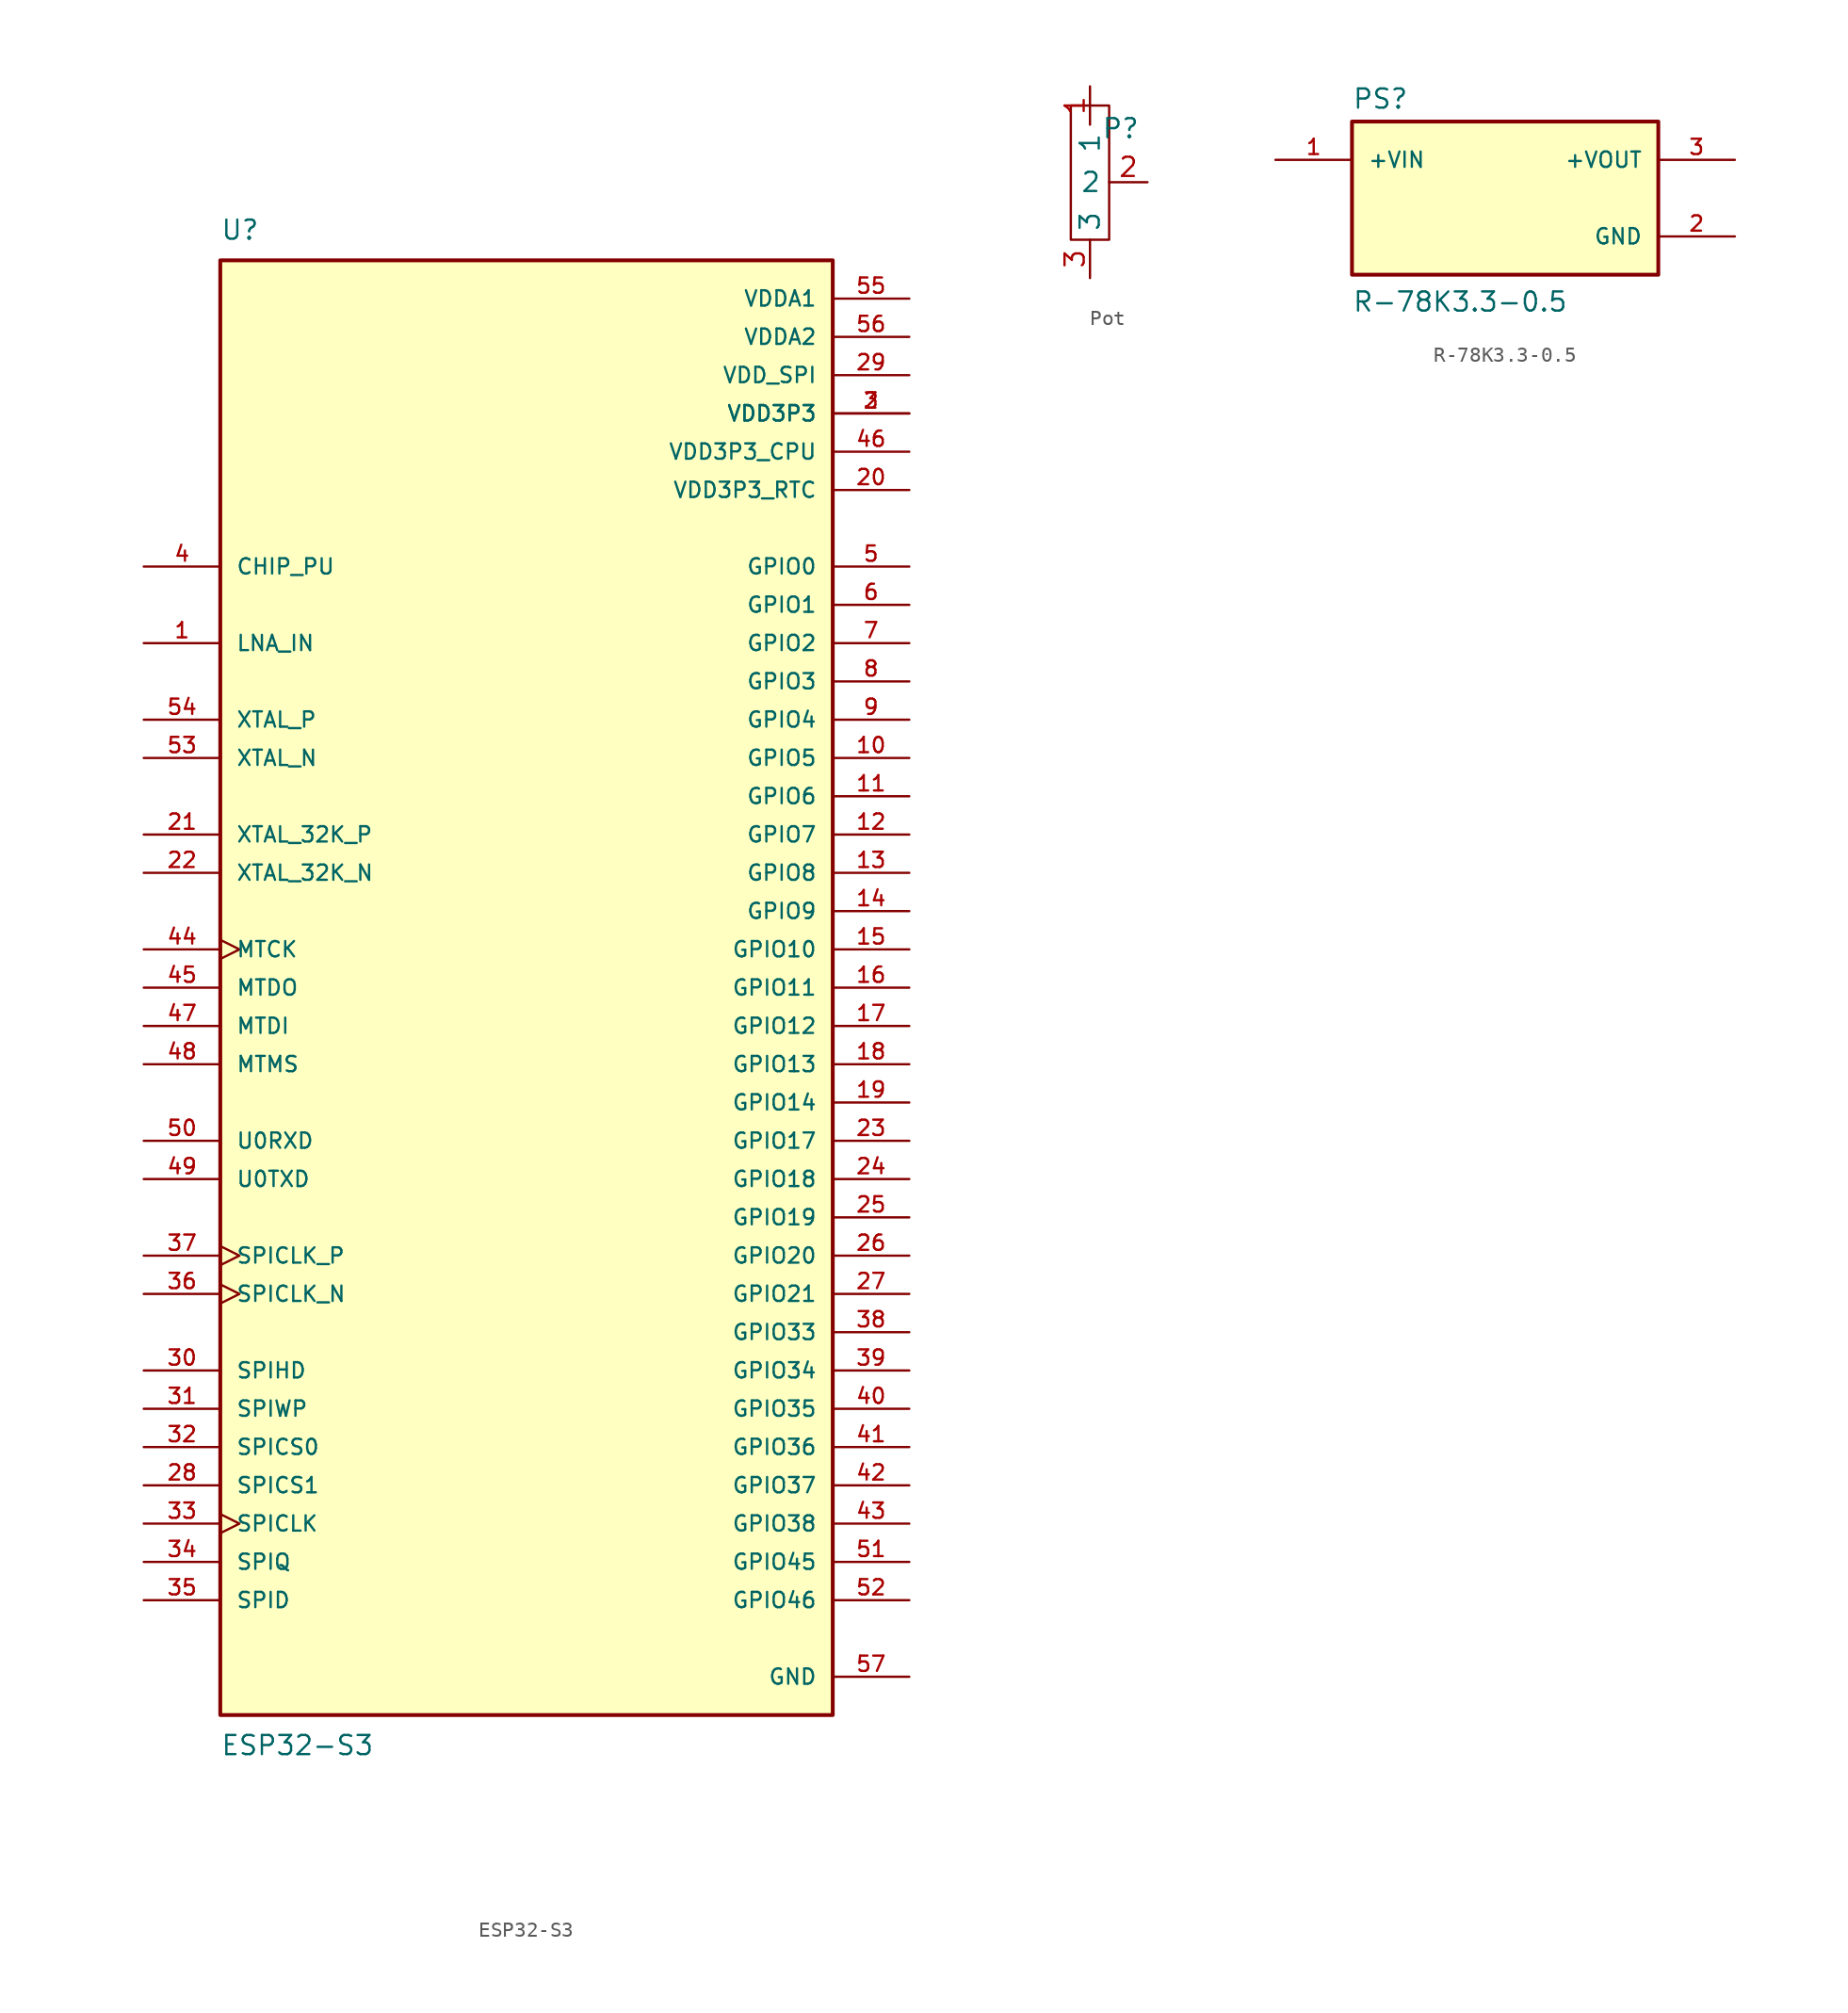
<source format=kicad_sym>
(kicad_symbol_lib
  (version 20231120)
  (generator "kicad_symbol_editor")
  (generator_version "8.0")
  (symbol "ESP32-S3"
    (pin_names
      (offset 1.016))
    (property "Reference" "U"
      (at -20.32 49.53 0)
      (effects (font (size 1.27 1.27)) (justify left bottom)))
    (property "Value" "ESP32-S3"
      (at -20.32 -49.53 0)
      (effects (font (size 1.27 1.27)) (justify left top)))
    (symbol "ESP32-S3_0_0"
      (rectangle (start -20.32 -48.26) (end 20.32 48.26) (stroke (width 0.254) (type default)) (fill (type background)))
      (pin bidirectional line (at -25.4 22.86 0) (length 5.08) (name "LNA_IN" (effects (font (size 1.016 1.016)))) (number "1" (effects (font (size 1.016 1.016)))))
      (pin bidirectional line (at 25.4 15.24 180) (length 5.08) (name "GPIO5" (effects (font (size 1.016 1.016)))) (number "10" (effects (font (size 1.016 1.016)))))
      (pin bidirectional line (at 25.4 12.7 180) (length 5.08) (name "GPIO6" (effects (font (size 1.016 1.016)))) (number "11" (effects (font (size 1.016 1.016)))))
      (pin bidirectional line (at 25.4 10.16 180) (length 5.08) (name "GPIO7" (effects (font (size 1.016 1.016)))) (number "12" (effects (font (size 1.016 1.016)))))
      (pin bidirectional line (at 25.4 7.62 180) (length 5.08) (name "GPIO8" (effects (font (size 1.016 1.016)))) (number "13" (effects (font (size 1.016 1.016)))))
      (pin bidirectional line (at 25.4 5.08 180) (length 5.08) (name "GPIO9" (effects (font (size 1.016 1.016)))) (number "14" (effects (font (size 1.016 1.016)))))
      (pin bidirectional line (at 25.4 2.54 180) (length 5.08) (name "GPIO10" (effects (font (size 1.016 1.016)))) (number "15" (effects (font (size 1.016 1.016)))))
      (pin bidirectional line (at 25.4 0 180) (length 5.08) (name "GPIO11" (effects (font (size 1.016 1.016)))) (number "16" (effects (font (size 1.016 1.016)))))
      (pin bidirectional line (at 25.4 -2.54 180) (length 5.08) (name "GPIO12" (effects (font (size 1.016 1.016)))) (number "17" (effects (font (size 1.016 1.016)))))
      (pin bidirectional line (at 25.4 -5.08 180) (length 5.08) (name "GPIO13" (effects (font (size 1.016 1.016)))) (number "18" (effects (font (size 1.016 1.016)))))
      (pin bidirectional line (at 25.4 -7.62 180) (length 5.08) (name "GPIO14" (effects (font (size 1.016 1.016)))) (number "19" (effects (font (size 1.016 1.016)))))
      (pin power_in line (at 25.4 38.1 180) (length 5.08) (name "VDD3P3" (effects (font (size 1.016 1.016)))) (number "2" (effects (font (size 1.016 1.016)))))
      (pin power_in line (at 25.4 33.02 180) (length 5.08) (name "VDD3P3_RTC" (effects (font (size 1.016 1.016)))) (number "20" (effects (font (size 1.016 1.016)))))
      (pin bidirectional line (at -25.4 10.16 0) (length 5.08) (name "XTAL_32K_P" (effects (font (size 1.016 1.016)))) (number "21" (effects (font (size 1.016 1.016)))))
      (pin bidirectional line (at -25.4 7.62 0) (length 5.08) (name "XTAL_32K_N" (effects (font (size 1.016 1.016)))) (number "22" (effects (font (size 1.016 1.016)))))
      (pin bidirectional line (at 25.4 -10.16 180) (length 5.08) (name "GPIO17" (effects (font (size 1.016 1.016)))) (number "23" (effects (font (size 1.016 1.016)))))
      (pin bidirectional line (at 25.4 -12.7 180) (length 5.08) (name "GPIO18" (effects (font (size 1.016 1.016)))) (number "24" (effects (font (size 1.016 1.016)))))
      (pin bidirectional line (at 25.4 -15.24 180) (length 5.08) (name "GPIO19" (effects (font (size 1.016 1.016)))) (number "25" (effects (font (size 1.016 1.016)))))
      (pin bidirectional line (at 25.4 -17.78 180) (length 5.08) (name "GPIO20" (effects (font (size 1.016 1.016)))) (number "26" (effects (font (size 1.016 1.016)))))
      (pin bidirectional line (at 25.4 -20.32 180) (length 5.08) (name "GPIO21" (effects (font (size 1.016 1.016)))) (number "27" (effects (font (size 1.016 1.016)))))
      (pin bidirectional line (at -25.4 -33.02 0) (length 5.08) (name "SPICS1" (effects (font (size 1.016 1.016)))) (number "28" (effects (font (size 1.016 1.016)))))
      (pin power_in line (at 25.4 40.64 180) (length 5.08) (name "VDD_SPI" (effects (font (size 1.016 1.016)))) (number "29" (effects (font (size 1.016 1.016)))))
      (pin power_in line (at 25.4 38.1 180) (length 5.08) (name "VDD3P3" (effects (font (size 1.016 1.016)))) (number "3" (effects (font (size 1.016 1.016)))))
      (pin bidirectional line (at -25.4 -25.4 0) (length 5.08) (name "SPIHD" (effects (font (size 1.016 1.016)))) (number "30" (effects (font (size 1.016 1.016)))))
      (pin bidirectional line (at -25.4 -27.94 0) (length 5.08) (name "SPIWP" (effects (font (size 1.016 1.016)))) (number "31" (effects (font (size 1.016 1.016)))))
      (pin bidirectional line (at -25.4 -30.48 0) (length 5.08) (name "SPICS0" (effects (font (size 1.016 1.016)))) (number "32" (effects (font (size 1.016 1.016)))))
      (pin bidirectional clock (at -25.4 -35.56 0) (length 5.08) (name "SPICLK" (effects (font (size 1.016 1.016)))) (number "33" (effects (font (size 1.016 1.016)))))
      (pin bidirectional line (at -25.4 -38.1 0) (length 5.08) (name "SPIQ" (effects (font (size 1.016 1.016)))) (number "34" (effects (font (size 1.016 1.016)))))
      (pin bidirectional line (at -25.4 -40.64 0) (length 5.08) (name "SPID" (effects (font (size 1.016 1.016)))) (number "35" (effects (font (size 1.016 1.016)))))
      (pin bidirectional clock (at -25.4 -20.32 0) (length 5.08) (name "SPICLK_N" (effects (font (size 1.016 1.016)))) (number "36" (effects (font (size 1.016 1.016)))))
      (pin bidirectional clock (at -25.4 -17.78 0) (length 5.08) (name "SPICLK_P" (effects (font (size 1.016 1.016)))) (number "37" (effects (font (size 1.016 1.016)))))
      (pin bidirectional line (at 25.4 -22.86 180) (length 5.08) (name "GPIO33" (effects (font (size 1.016 1.016)))) (number "38" (effects (font (size 1.016 1.016)))))
      (pin bidirectional line (at 25.4 -25.4 180) (length 5.08) (name "GPIO34" (effects (font (size 1.016 1.016)))) (number "39" (effects (font (size 1.016 1.016)))))
      (pin input line (at -25.4 27.94 0) (length 5.08) (name "CHIP_PU" (effects (font (size 1.016 1.016)))) (number "4" (effects (font (size 1.016 1.016)))))
      (pin bidirectional line (at 25.4 -27.94 180) (length 5.08) (name "GPIO35" (effects (font (size 1.016 1.016)))) (number "40" (effects (font (size 1.016 1.016)))))
      (pin bidirectional line (at 25.4 -30.48 180) (length 5.08) (name "GPIO36" (effects (font (size 1.016 1.016)))) (number "41" (effects (font (size 1.016 1.016)))))
      (pin bidirectional line (at 25.4 -33.02 180) (length 5.08) (name "GPIO37" (effects (font (size 1.016 1.016)))) (number "42" (effects (font (size 1.016 1.016)))))
      (pin bidirectional line (at 25.4 -35.56 180) (length 5.08) (name "GPIO38" (effects (font (size 1.016 1.016)))) (number "43" (effects (font (size 1.016 1.016)))))
      (pin bidirectional clock (at -25.4 2.54 0) (length 5.08) (name "MTCK" (effects (font (size 1.016 1.016)))) (number "44" (effects (font (size 1.016 1.016)))))
      (pin bidirectional line (at -25.4 0 0) (length 5.08) (name "MTDO" (effects (font (size 1.016 1.016)))) (number "45" (effects (font (size 1.016 1.016)))))
      (pin power_in line (at 25.4 35.56 180) (length 5.08) (name "VDD3P3_CPU" (effects (font (size 1.016 1.016)))) (number "46" (effects (font (size 1.016 1.016)))))
      (pin bidirectional line (at -25.4 -2.54 0) (length 5.08) (name "MTDI" (effects (font (size 1.016 1.016)))) (number "47" (effects (font (size 1.016 1.016)))))
      (pin bidirectional line (at -25.4 -5.08 0) (length 5.08) (name "MTMS" (effects (font (size 1.016 1.016)))) (number "48" (effects (font (size 1.016 1.016)))))
      (pin bidirectional line (at -25.4 -12.7 0) (length 5.08) (name "U0TXD" (effects (font (size 1.016 1.016)))) (number "49" (effects (font (size 1.016 1.016)))))
      (pin bidirectional line (at 25.4 27.94 180) (length 5.08) (name "GPIO0" (effects (font (size 1.016 1.016)))) (number "5" (effects (font (size 1.016 1.016)))))
      (pin bidirectional line (at -25.4 -10.16 0) (length 5.08) (name "U0RXD" (effects (font (size 1.016 1.016)))) (number "50" (effects (font (size 1.016 1.016)))))
      (pin bidirectional line (at 25.4 -38.1 180) (length 5.08) (name "GPIO45" (effects (font (size 1.016 1.016)))) (number "51" (effects (font (size 1.016 1.016)))))
      (pin bidirectional line (at 25.4 -40.64 180) (length 5.08) (name "GPIO46" (effects (font (size 1.016 1.016)))) (number "52" (effects (font (size 1.016 1.016)))))
      (pin output line (at -25.4 15.24 0) (length 5.08) (name "XTAL_N" (effects (font (size 1.016 1.016)))) (number "53" (effects (font (size 1.016 1.016)))))
      (pin input line (at -25.4 17.78 0) (length 5.08) (name "XTAL_P" (effects (font (size 1.016 1.016)))) (number "54" (effects (font (size 1.016 1.016)))))
      (pin power_in line (at 25.4 45.72 180) (length 5.08) (name "VDDA1" (effects (font (size 1.016 1.016)))) (number "55" (effects (font (size 1.016 1.016)))))
      (pin power_in line (at 25.4 43.18 180) (length 5.08) (name "VDDA2" (effects (font (size 1.016 1.016)))) (number "56" (effects (font (size 1.016 1.016)))))
      (pin power_in line (at 25.4 -45.72 180) (length 5.08) (name "GND" (effects (font (size 1.016 1.016)))) (number "57" (effects (font (size 1.016 1.016)))))
      (pin bidirectional line (at 25.4 25.4 180) (length 5.08) (name "GPIO1" (effects (font (size 1.016 1.016)))) (number "6" (effects (font (size 1.016 1.016)))))
      (pin bidirectional line (at 25.4 22.86 180) (length 5.08) (name "GPIO2" (effects (font (size 1.016 1.016)))) (number "7" (effects (font (size 1.016 1.016)))))
      (pin bidirectional line (at 25.4 20.32 180) (length 5.08) (name "GPIO3" (effects (font (size 1.016 1.016)))) (number "8" (effects (font (size 1.016 1.016)))))
      (pin bidirectional line (at 25.4 17.78 180) (length 5.08) (name "GPIO4" (effects (font (size 1.016 1.016)))) (number "9" (effects (font (size 1.016 1.016)))))))
  (symbol "Pot"
    (property "Reference" "P"
      (at 2.032 2.286 0)
      (effects (font (size 1.27 1.27))))
    (property "Value" ""
      (at 0 0 0)
      (effects (font (size 1.27 1.27))))
    (symbol "Pot_0_1"
      (rectangle (start -1.27 3.81) (end 1.27 -5.08) (stroke (width 0) (type default)) (fill (type none))))
    (symbol "Pot_1_1"
      (pin input line (at 0 5.08 270) (length 2.54) (name "1" (effects (font (size 1.27 1.27)))) (number "1" (effects (font (size 1.27 1.27)))))
      (pin input line (at 3.81 -1.27 180) (length 2.54) (name "2" (effects (font (size 1.27 1.27)))) (number "2" (effects (font (size 1.27 1.27)))))
      (pin input line (at 0 -7.62 90) (length 2.54) (name "3" (effects (font (size 1.27 1.27)))) (number "3" (effects (font (size 1.27 1.27)))))))
  (symbol "R-78K3.3-0.5"
    (pin_names
      (offset 1.016))
    (property "Reference" "PS"
      (at -10.16 5.842 0)
      (effects (font (size 1.27 1.27)) (justify left bottom)))
    (property "Value" "R-78K3.3-0.5"
      (at -10.16 -7.62 0)
      (effects (font (size 1.27 1.27)) (justify left bottom)))
    (symbol "R-78K3.3-0.5_0_0"
      (rectangle (start -10.16 -5.08) (end 10.16 5.08) (stroke (width 0.254) (type default)) (fill (type background)))
      (pin input line (at -15.24 2.54 0) (length 5.08) (name "+VIN" (effects (font (size 1.016 1.016)))) (number "1" (effects (font (size 1.016 1.016)))))
      (pin power_in line (at 15.24 -2.54 180) (length 5.08) (name "GND" (effects (font (size 1.016 1.016)))) (number "2" (effects (font (size 1.016 1.016)))))
      (pin output line (at 15.24 2.54 180) (length 5.08) (name "+VOUT" (effects (font (size 1.016 1.016)))) (number "3" (effects (font (size 1.016 1.016))))))))
</source>
